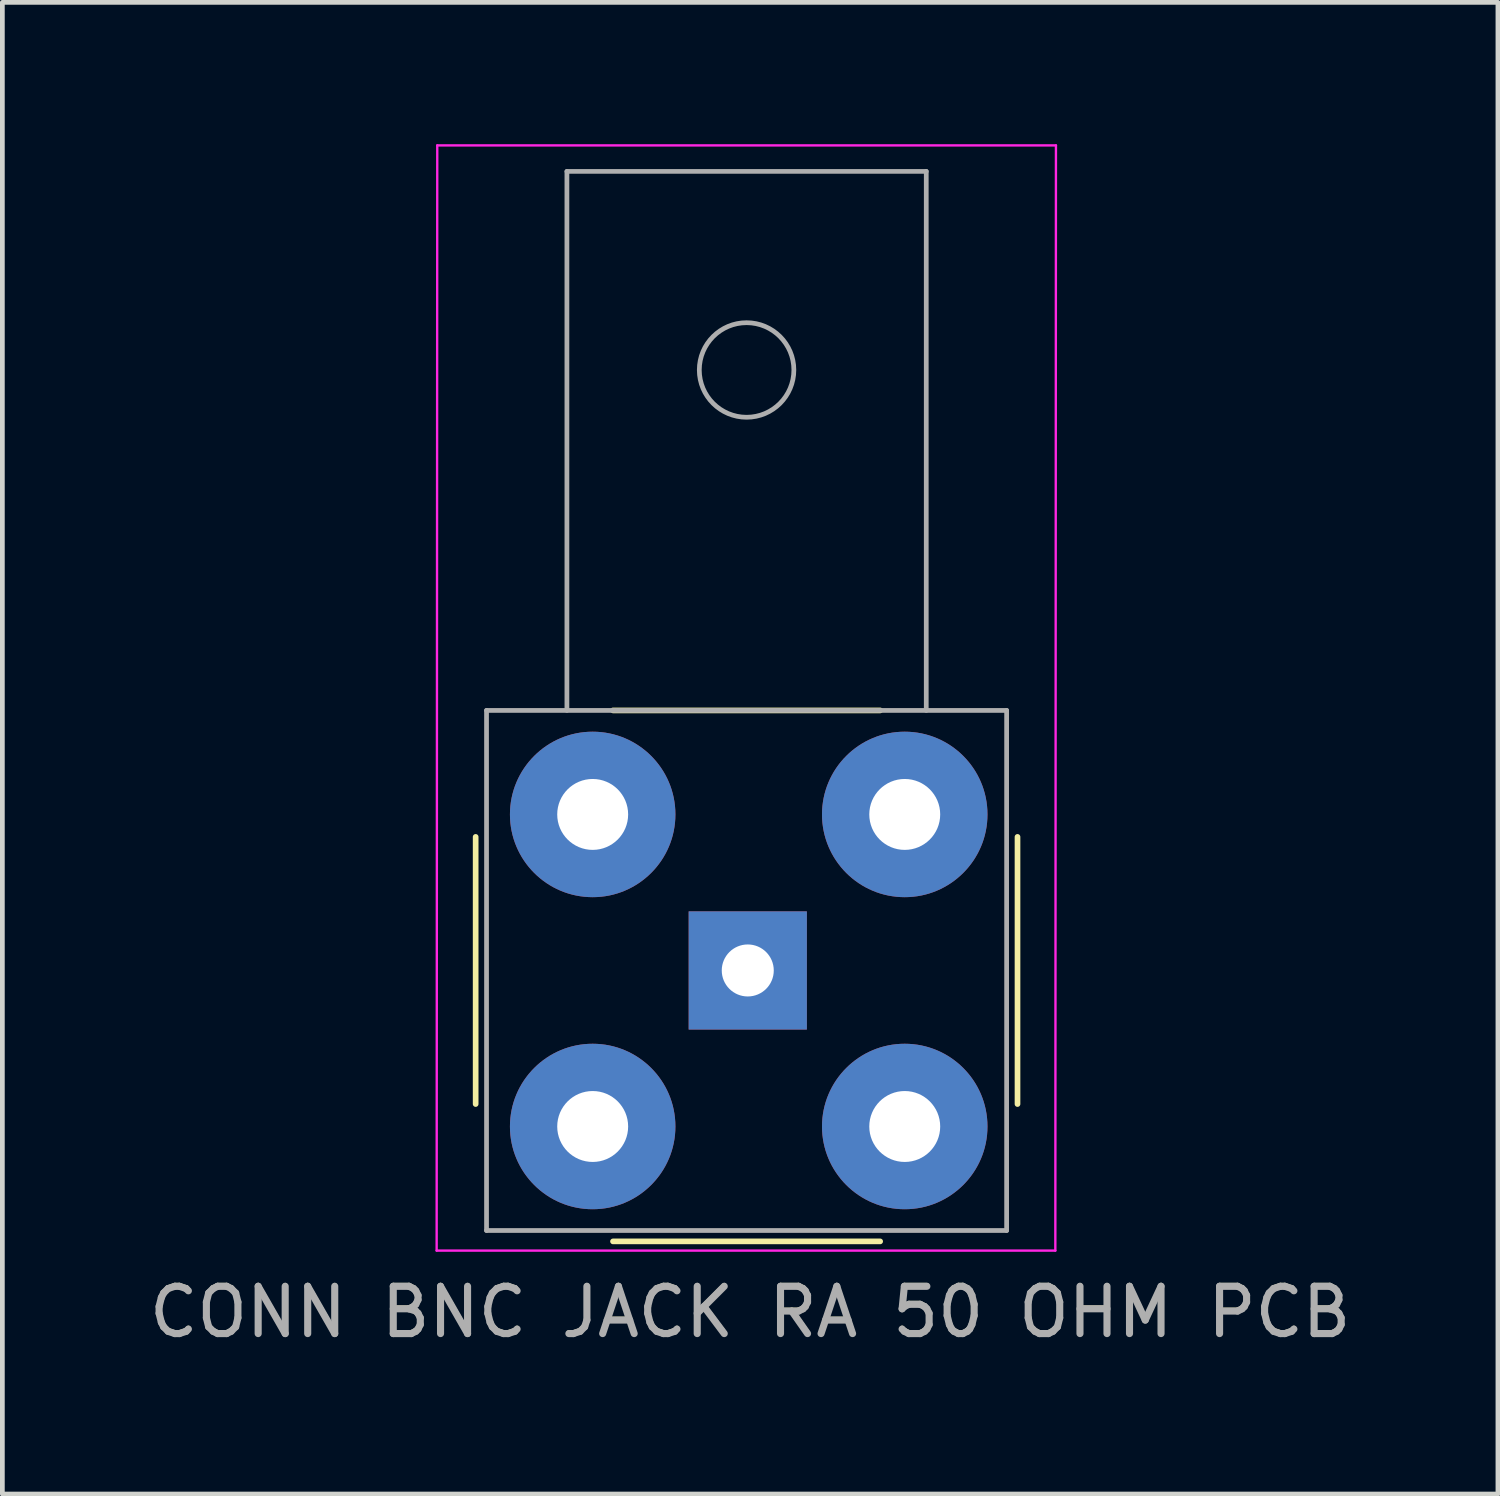
<source format=kicad_pcb>
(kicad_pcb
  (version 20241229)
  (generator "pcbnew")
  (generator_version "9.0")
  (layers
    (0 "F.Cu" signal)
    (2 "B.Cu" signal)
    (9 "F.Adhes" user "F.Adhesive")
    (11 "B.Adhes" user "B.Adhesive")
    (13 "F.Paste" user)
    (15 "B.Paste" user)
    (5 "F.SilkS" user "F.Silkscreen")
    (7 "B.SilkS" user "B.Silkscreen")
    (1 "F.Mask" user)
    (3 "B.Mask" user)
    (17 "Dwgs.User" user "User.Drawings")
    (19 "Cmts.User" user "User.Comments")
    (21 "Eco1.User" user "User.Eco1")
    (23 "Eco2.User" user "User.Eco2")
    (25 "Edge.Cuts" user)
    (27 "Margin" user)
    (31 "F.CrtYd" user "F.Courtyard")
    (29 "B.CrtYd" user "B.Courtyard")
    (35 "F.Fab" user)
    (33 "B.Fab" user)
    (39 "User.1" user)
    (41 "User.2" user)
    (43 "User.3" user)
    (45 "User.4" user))
  (footprint "CONN BNC JACK RA 50 OHM PCB"
    (layer "F.Cu")
    (at 12.765 17.475)
    (property "Reference" "CONN BNC JACK RA 50 OHM PCB" (at 0.05 7.2 0) (unlocked yes) (layer "F.SilkS") (effects (font (size 1 1) (thickness 0.1))))
    (attr smd)
    (fp_line (start -5.755 -2.825) (end -5.755 2.825) (stroke (width 0.12) (type solid)) (layer "F.SilkS"))
    (fp_line (start -2.85 5.73) (end 2.8 5.73) (stroke (width 0.12) (type solid)) (layer "F.SilkS"))
    (fp_line (start 2.8 -5.5) (end -2.85 -5.5) (stroke (width 0.12) (type solid)) (layer "F.SilkS"))
    (fp_line (start 5.705 2.825) (end 5.705 -2.825) (stroke (width 0.12) (type solid)) (layer "F.SilkS"))
    (fp_line (start -6.58 5.925) (end -6.567 -17.45) (stroke (width 0.05) (type solid)) (layer "F.CrtYd"))
    (fp_line (start 6.505 5.925) (end -6.58 5.925) (stroke (width 0.05) (type solid)) (layer "F.CrtYd"))
    (fp_line (start 6.518 -17.45) (end -6.567 -17.45) (stroke (width 0.05) (type solid)) (layer "F.CrtYd"))
    (fp_line (start 6.518 -17.45) (end 6.505 5.925) (stroke (width 0.05) (type solid)) (layer "F.CrtYd"))
    (fp_line (start -5.525 -5.5) (end 5.475 -5.5) (stroke (width 0.1) (type solid)) (layer "F.Fab"))
    (fp_line (start -5.525 5.5) (end -5.525 -5.5) (stroke (width 0.1) (type solid)) (layer "F.Fab"))
    (fp_line (start -3.825 -5.5) (end -3.825 -16.9) (stroke (width 0.1) (type solid)) (layer "F.Fab"))
    (fp_line (start 3.775 -16.9) (end -3.825 -16.9) (stroke (width 0.1) (type solid)) (layer "F.Fab"))
    (fp_line (start 3.775 -5.5) (end 3.775 -16.9) (stroke (width 0.1) (type solid)) (layer "F.Fab"))
    (fp_line (start 5.475 -5.5) (end 5.475 5.5) (stroke (width 0.1) (type solid)) (layer "F.Fab"))
    (fp_line (start 5.475 5.5) (end -5.525 5.5) (stroke (width 0.1) (type solid)) (layer "F.Fab"))
    (fp_circle (center -0.025 -12.7) (end 0.975 -12.7) (stroke (width 0.1) (type solid)) (fill no) (layer "F.Fab"))
    (fp_text user "${REFERENCE}" (at 0.05 7.225 0) (unlocked yes) (layer "F.Fab") (effects (font (size 1 1) (thickness 0.15))))
    (pad "1" thru_hole rect (at 0 0) (size 2.5 2.5) (drill 1.1) (layers "*.Cu" "*.Mask"))
    (pad "2" thru_hole circle (at -3.28 -3.3) (size 3.5 3.5) (drill 1.5) (layers "*.Cu" "*.Mask"))
    (pad "2" thru_hole circle (at -3.28 3.3) (size 3.5 3.5) (drill 1.5) (layers "*.Cu" "*.Mask"))
    (pad "2" thru_hole circle (at 3.32 -3.3) (size 3.5 3.5) (drill 1.5) (layers "*.Cu" "*.Mask"))
    (pad "2" thru_hole circle (at 3.32 3.3) (size 3.5 3.5) (drill 1.5) (layers "*.Cu" "*.Mask")))
  (gr_rect
    (start -3 -3)
    (end 28.631 28.548)
    (stroke (width 0.1) (type default))
    (fill no)
    (layer "Edge.Cuts")))
</source>
